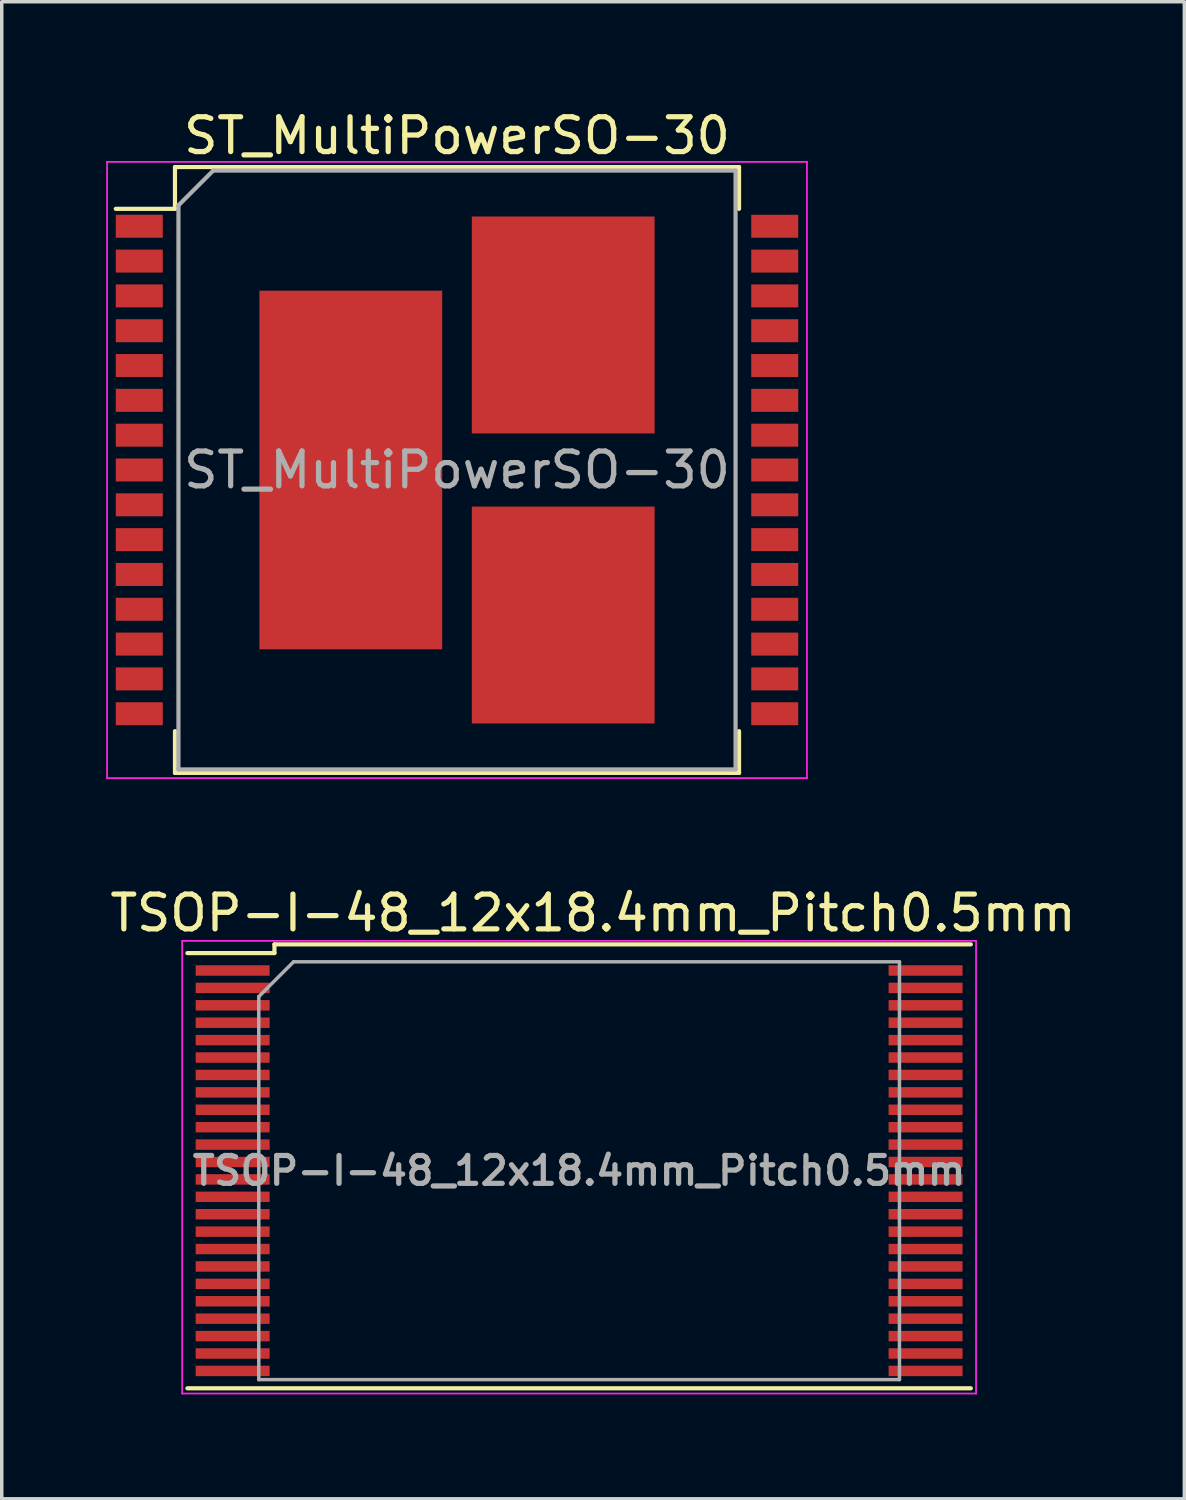
<source format=kicad_pcb>
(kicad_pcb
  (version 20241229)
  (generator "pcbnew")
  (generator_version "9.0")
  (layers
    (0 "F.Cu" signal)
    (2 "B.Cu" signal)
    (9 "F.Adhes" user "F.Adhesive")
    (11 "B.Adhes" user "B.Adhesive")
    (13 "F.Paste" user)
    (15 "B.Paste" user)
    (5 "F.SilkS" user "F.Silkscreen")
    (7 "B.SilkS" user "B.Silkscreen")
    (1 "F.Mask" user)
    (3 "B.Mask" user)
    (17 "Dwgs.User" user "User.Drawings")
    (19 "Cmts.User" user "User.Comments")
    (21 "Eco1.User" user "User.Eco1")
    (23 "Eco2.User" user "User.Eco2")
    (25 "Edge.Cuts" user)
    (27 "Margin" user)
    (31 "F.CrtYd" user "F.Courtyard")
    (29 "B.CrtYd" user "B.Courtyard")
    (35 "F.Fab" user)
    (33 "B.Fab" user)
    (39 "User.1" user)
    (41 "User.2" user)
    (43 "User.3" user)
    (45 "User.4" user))
  (footprint "TSOP-I-48_12x18.4mm_Pitch0.5mm"
    (layer "F.Cu")
    (at 13.582 30.572)
    (property "Reference" "TSOP-I-48_12x18.4mm_Pitch0.5mm" (at 0.4 -7.4 0) (layer "F.SilkS") (effects (font (size 1 1) (thickness 0.15))))
    (attr smd)
    (fp_line (start -11.25 -6.25) (end -8.75 -6.25) (stroke (width 0.12) (type solid)) (layer "F.SilkS"))
    (fp_line (start -11.25 6.25) (end 11.25 6.25) (stroke (width 0.12) (type solid)) (layer "F.SilkS"))
    (fp_line (start -8.75 -6.5) (end 11.25 -6.5) (stroke (width 0.12) (type solid)) (layer "F.SilkS"))
    (fp_line (start -8.75 -6.25) (end -8.75 -6.5) (stroke (width 0.12) (type solid)) (layer "F.SilkS"))
    (fp_line (start -11.4 -6.6) (end -11.4 6.4) (stroke (width 0.05) (type solid)) (layer "F.CrtYd"))
    (fp_line (start -11.4 6.4) (end 11.4 6.4) (stroke (width 0.05) (type solid)) (layer "F.CrtYd"))
    (fp_line (start 11.4 -6.6) (end -11.4 -6.6) (stroke (width 0.05) (type solid)) (layer "F.CrtYd"))
    (fp_line (start 11.4 6.4) (end 11.4 -6.6) (stroke (width 0.05) (type solid)) (layer "F.CrtYd"))
    (fp_line (start -9.2 -5) (end -8.2 -6) (stroke (width 0.1) (type solid)) (layer "F.Fab"))
    (fp_line (start -9.2 6) (end -9.2 -5) (stroke (width 0.1) (type solid)) (layer "F.Fab"))
    (fp_line (start -8.2 -6) (end 9.2 -6) (stroke (width 0.1) (type solid)) (layer "F.Fab"))
    (fp_line (start 9.2 -6) (end 9.2 6) (stroke (width 0.1) (type solid)) (layer "F.Fab"))
    (fp_line (start 9.2 6) (end -9.2 6) (stroke (width 0.1) (type solid)) (layer "F.Fab"))
    (fp_text user "${REFERENCE}" (at 0 0 0) (layer "F.Fab") (effects (font (size 0.8 0.8) (thickness 0.15))))
    (pad "1" smd rect (at -9.95 -5.75) (size 2.124 0.3) (layers "F.Cu" "F.Mask" "F.Paste"))
    (pad "2" smd rect (at -9.95 -5.25) (size 2.124 0.3) (layers "F.Cu" "F.Mask" "F.Paste"))
    (pad "3" smd rect (at -9.95 -4.75) (size 2.124 0.3) (layers "F.Cu" "F.Mask" "F.Paste"))
    (pad "4" smd rect (at -9.95 -4.25) (size 2.124 0.3) (layers "F.Cu" "F.Mask" "F.Paste"))
    (pad "5" smd rect (at -9.95 -3.75) (size 2.124 0.3) (layers "F.Cu" "F.Mask" "F.Paste"))
    (pad "6" smd rect (at -9.95 -3.25) (size 2.124 0.3) (layers "F.Cu" "F.Mask" "F.Paste"))
    (pad "7" smd rect (at -9.95 -2.75) (size 2.124 0.3) (layers "F.Cu" "F.Mask" "F.Paste"))
    (pad "8" smd rect (at -9.95 -2.25) (size 2.124 0.3) (layers "F.Cu" "F.Mask" "F.Paste"))
    (pad "9" smd rect (at -9.95 -1.75) (size 2.124 0.3) (layers "F.Cu" "F.Mask" "F.Paste"))
    (pad "10" smd rect (at -9.95 -1.25) (size 2.124 0.3) (layers "F.Cu" "F.Mask" "F.Paste"))
    (pad "11" smd rect (at -9.95 -0.75) (size 2.124 0.3) (layers "F.Cu" "F.Mask" "F.Paste"))
    (pad "12" smd rect (at -9.95 -0.25) (size 2.124 0.3) (layers "F.Cu" "F.Mask" "F.Paste"))
    (pad "13" smd rect (at -9.95 0.25) (size 2.124 0.3) (layers "F.Cu" "F.Mask" "F.Paste"))
    (pad "14" smd rect (at -9.95 0.75) (size 2.124 0.3) (layers "F.Cu" "F.Mask" "F.Paste"))
    (pad "15" smd rect (at -9.95 1.25) (size 2.124 0.3) (layers "F.Cu" "F.Mask" "F.Paste"))
    (pad "16" smd rect (at -9.95 1.75) (size 2.124 0.3) (layers "F.Cu" "F.Mask" "F.Paste"))
    (pad "17" smd rect (at -9.95 2.25) (size 2.124 0.3) (layers "F.Cu" "F.Mask" "F.Paste"))
    (pad "18" smd rect (at -9.95 2.75) (size 2.124 0.3) (layers "F.Cu" "F.Mask" "F.Paste"))
    (pad "19" smd rect (at -9.95 3.25) (size 2.124 0.3) (layers "F.Cu" "F.Mask" "F.Paste"))
    (pad "20" smd rect (at -9.95 3.75) (size 2.124 0.3) (layers "F.Cu" "F.Mask" "F.Paste"))
    (pad "21" smd rect (at -9.95 4.25) (size 2.124 0.3) (layers "F.Cu" "F.Mask" "F.Paste"))
    (pad "22" smd rect (at -9.95 4.75) (size 2.124 0.3) (layers "F.Cu" "F.Mask" "F.Paste"))
    (pad "23" smd rect (at -9.95 5.25) (size 2.124 0.3) (layers "F.Cu" "F.Mask" "F.Paste"))
    (pad "24" smd rect (at -9.95 5.75) (size 2.124 0.3) (layers "F.Cu" "F.Mask" "F.Paste"))
    (pad "25" smd rect (at 9.95 5.75) (size 2.124 0.3) (layers "F.Cu" "F.Mask" "F.Paste"))
    (pad "26" smd rect (at 9.95 5.25) (size 2.124 0.3) (layers "F.Cu" "F.Mask" "F.Paste"))
    (pad "27" smd rect (at 9.95 4.75) (size 2.124 0.3) (layers "F.Cu" "F.Mask" "F.Paste"))
    (pad "28" smd rect (at 9.95 4.25) (size 2.124 0.3) (layers "F.Cu" "F.Mask" "F.Paste"))
    (pad "29" smd rect (at 9.95 3.75) (size 2.124 0.3) (layers "F.Cu" "F.Mask" "F.Paste"))
    (pad "30" smd rect (at 9.95 3.25) (size 2.124 0.3) (layers "F.Cu" "F.Mask" "F.Paste"))
    (pad "31" smd rect (at 9.95 2.75) (size 2.124 0.3) (layers "F.Cu" "F.Mask" "F.Paste"))
    (pad "32" smd rect (at 9.95 2.25) (size 2.124 0.3) (layers "F.Cu" "F.Mask" "F.Paste"))
    (pad "33" smd rect (at 9.95 1.75) (size 2.124 0.3) (layers "F.Cu" "F.Mask" "F.Paste"))
    (pad "34" smd rect (at 9.95 1.25) (size 2.124 0.3) (layers "F.Cu" "F.Mask" "F.Paste"))
    (pad "35" smd rect (at 9.95 0.75) (size 2.124 0.3) (layers "F.Cu" "F.Mask" "F.Paste"))
    (pad "36" smd rect (at 9.95 0.25) (size 2.124 0.3) (layers "F.Cu" "F.Mask" "F.Paste"))
    (pad "37" smd rect (at 9.95 -0.25) (size 2.124 0.3) (layers "F.Cu" "F.Mask" "F.Paste"))
    (pad "38" smd rect (at 9.95 -0.75) (size 2.124 0.3) (layers "F.Cu" "F.Mask" "F.Paste"))
    (pad "39" smd rect (at 9.95 -1.25) (size 2.124 0.3) (layers "F.Cu" "F.Mask" "F.Paste"))
    (pad "40" smd rect (at 9.95 -1.75) (size 2.124 0.3) (layers "F.Cu" "F.Mask" "F.Paste"))
    (pad "41" smd rect (at 9.95 -2.25) (size 2.124 0.3) (layers "F.Cu" "F.Mask" "F.Paste"))
    (pad "42" smd rect (at 9.95 -2.75) (size 2.124 0.3) (layers "F.Cu" "F.Mask" "F.Paste"))
    (pad "43" smd rect (at 9.95 -3.25) (size 2.124 0.3) (layers "F.Cu" "F.Mask" "F.Paste"))
    (pad "44" smd rect (at 9.95 -3.75) (size 2.124 0.3) (layers "F.Cu" "F.Mask" "F.Paste"))
    (pad "45" smd rect (at 9.95 -4.25) (size 2.124 0.3) (layers "F.Cu" "F.Mask" "F.Paste"))
    (pad "46" smd rect (at 9.95 -4.75) (size 2.124 0.3) (layers "F.Cu" "F.Mask" "F.Paste"))
    (pad "47" smd rect (at 9.95 -5.25) (size 2.124 0.3) (layers "F.Cu" "F.Mask" "F.Paste"))
    (pad "48" smd rect (at 9.95 -5.75) (size 2.124 0.3) (layers "F.Cu" "F.Mask" "F.Paste")))
  (footprint "ST_MultiPowerSO-30"
    (layer "F.Cu")
    (at 10.075 10.448)
    (property "Reference" "ST_MultiPowerSO-30" (at 0 -9.6 0) (layer "F.SilkS") (effects (font (size 1 1) (thickness 0.15))))
    (attr smd)
    (fp_line (start -8.1 -8.7) (end -8.1 -7.5) (stroke (width 0.12) (type solid)) (layer "F.SilkS"))
    (fp_line (start -8.1 -7.5) (end -9.8 -7.5) (stroke (width 0.12) (type solid)) (layer "F.SilkS"))
    (fp_line (start -8.1 8.7) (end -8.1 7.5) (stroke (width 0.12) (type solid)) (layer "F.SilkS"))
    (fp_line (start -8 -8.7) (end -8.1 -8.7) (stroke (width 0.12) (type solid)) (layer "F.SilkS"))
    (fp_line (start 8 -8.7) (end -8 -8.7) (stroke (width 0.12) (type solid)) (layer "F.SilkS"))
    (fp_line (start 8 -8.7) (end 8.1 -8.7) (stroke (width 0.12) (type solid)) (layer "F.SilkS"))
    (fp_line (start 8 8.7) (end -8.1 8.7) (stroke (width 0.12) (type solid)) (layer "F.SilkS"))
    (fp_line (start 8 8.7) (end 8.1 8.7) (stroke (width 0.12) (type solid)) (layer "F.SilkS"))
    (fp_line (start 8.1 -8.7) (end 8.1 -7.5) (stroke (width 0.12) (type solid)) (layer "F.SilkS"))
    (fp_line (start 8.1 8.7) (end 8.1 7.5) (stroke (width 0.12) (type solid)) (layer "F.SilkS"))
    (fp_line (start -10.05 -8.85) (end -10.05 8.85) (stroke (width 0.05) (type solid)) (layer "F.CrtYd"))
    (fp_line (start -10.05 -8.85) (end 10.05 -8.85) (stroke (width 0.05) (type solid)) (layer "F.CrtYd"))
    (fp_line (start 10.05 8.85) (end -10.05 8.85) (stroke (width 0.05) (type solid)) (layer "F.CrtYd"))
    (fp_line (start 10.05 8.85) (end 10.05 -8.85) (stroke (width 0.05) (type solid)) (layer "F.CrtYd"))
    (fp_line (start -8 -7.6) (end -8 8.6) (stroke (width 0.12) (type solid)) (layer "F.Fab"))
    (fp_line (start -8 8.6) (end 8 8.6) (stroke (width 0.12) (type solid)) (layer "F.Fab"))
    (fp_line (start -7 -8.6) (end -8 -7.6) (stroke (width 0.12) (type solid)) (layer "F.Fab"))
    (fp_line (start 8 -8.6) (end -7 -8.6) (stroke (width 0.12) (type solid)) (layer "F.Fab"))
    (fp_line (start 8 8.6) (end 8 -8.6) (stroke (width 0.12) (type solid)) (layer "F.Fab"))
    (fp_text user "${REFERENCE}" (at 0 0 0) (layer "F.Fab") (effects (font (size 1 1) (thickness 0.15))))
    (pad "1" smd rect (at -9.125 -7 270) (size 0.66 1.35) (layers "F.Cu" "F.Mask" "F.Paste"))
    (pad "2" smd rect (at -9.125 -6 270) (size 0.66 1.35) (layers "F.Cu" "F.Mask" "F.Paste"))
    (pad "3" smd rect (at -9.125 -5 270) (size 0.66 1.35) (layers "F.Cu" "F.Mask" "F.Paste"))
    (pad "4" smd rect (at -9.125 -4 270) (size 0.66 1.35) (layers "F.Cu" "F.Mask" "F.Paste"))
    (pad "5" smd rect (at -9.125 -3 270) (size 0.66 1.35) (layers "F.Cu" "F.Mask" "F.Paste"))
    (pad "6" smd rect (at -9.125 -2 270) (size 0.66 1.35) (layers "F.Cu" "F.Mask" "F.Paste"))
    (pad "7" smd rect (at -9.125 -1 270) (size 0.66 1.35) (layers "F.Cu" "F.Mask" "F.Paste"))
    (pad "8" smd rect (at -9.125 0 270) (size 0.66 1.35) (layers "F.Cu" "F.Mask" "F.Paste"))
    (pad "9" smd rect (at -9.125 1 270) (size 0.66 1.35) (layers "F.Cu" "F.Mask" "F.Paste"))
    (pad "10" smd rect (at -9.125 2 270) (size 0.66 1.35) (layers "F.Cu" "F.Mask" "F.Paste"))
    (pad "11" smd rect (at -9.125 3 270) (size 0.66 1.35) (layers "F.Cu" "F.Mask" "F.Paste"))
    (pad "12" smd rect (at -9.125 4 270) (size 0.66 1.35) (layers "F.Cu" "F.Mask" "F.Paste"))
    (pad "13" smd rect (at -9.125 5 270) (size 0.66 1.35) (layers "F.Cu" "F.Mask" "F.Paste"))
    (pad "14" smd rect (at -9.125 6 270) (size 0.66 1.35) (layers "F.Cu" "F.Mask" "F.Paste"))
    (pad "15" smd rect (at -9.125 7 270) (size 0.66 1.35) (layers "F.Cu" "F.Mask" "F.Paste"))
    (pad "16" smd rect (at 9.125 7 270) (size 0.66 1.35) (layers "F.Cu" "F.Mask" "F.Paste"))
    (pad "17" smd rect (at 9.125 6 270) (size 0.66 1.35) (layers "F.Cu" "F.Mask" "F.Paste"))
    (pad "18" smd rect (at 9.125 5 270) (size 0.66 1.35) (layers "F.Cu" "F.Mask" "F.Paste"))
    (pad "19" smd rect (at 9.125 4 270) (size 0.66 1.35) (layers "F.Cu" "F.Mask" "F.Paste"))
    (pad "20" smd rect (at 9.125 3 270) (size 0.66 1.35) (layers "F.Cu" "F.Mask" "F.Paste"))
    (pad "21" smd rect (at 9.125 2 270) (size 0.66 1.35) (layers "F.Cu" "F.Mask" "F.Paste"))
    (pad "22" smd rect (at 9.125 1 270) (size 0.66 1.35) (layers "F.Cu" "F.Mask" "F.Paste"))
    (pad "23" smd rect (at 9.125 0 270) (size 0.66 1.35) (layers "F.Cu" "F.Mask" "F.Paste"))
    (pad "24" smd rect (at 9.125 -1 270) (size 0.66 1.35) (layers "F.Cu" "F.Mask" "F.Paste"))
    (pad "25" smd rect (at 9.125 -2 270) (size 0.66 1.35) (layers "F.Cu" "F.Mask" "F.Paste"))
    (pad "26" smd rect (at 9.125 -3 270) (size 0.66 1.35) (layers "F.Cu" "F.Mask" "F.Paste"))
    (pad "27" smd rect (at 9.125 -4 270) (size 0.66 1.35) (layers "F.Cu" "F.Mask" "F.Paste"))
    (pad "28" smd rect (at 9.125 -5 270) (size 0.66 1.35) (layers "F.Cu" "F.Mask" "F.Paste"))
    (pad "29" smd rect (at 9.125 -6 270) (size 0.66 1.35) (layers "F.Cu" "F.Mask" "F.Paste"))
    (pad "30" smd rect (at 9.125 -7 270) (size 0.66 1.35) (layers "F.Cu" "F.Mask" "F.Paste"))
    (pad "31" smd rect (at -3.05 0) (size 5.25 10.3) (layers "F.Cu" "F.Mask" "F.Paste"))
    (pad "32" smd rect (at 3.05 4.165) (size 5.25 6.23) (layers "F.Cu" "F.Mask" "F.Paste"))
    (pad "33" smd rect (at 3.05 -4.165) (size 5.25 6.23) (layers "F.Cu" "F.Mask" "F.Paste")))
  (gr_rect
    (start -3 -3)
    (end 30.964 39.996)
    (stroke (width 0.1) (type default))
    (fill no)
    (layer "Edge.Cuts")))
</source>
